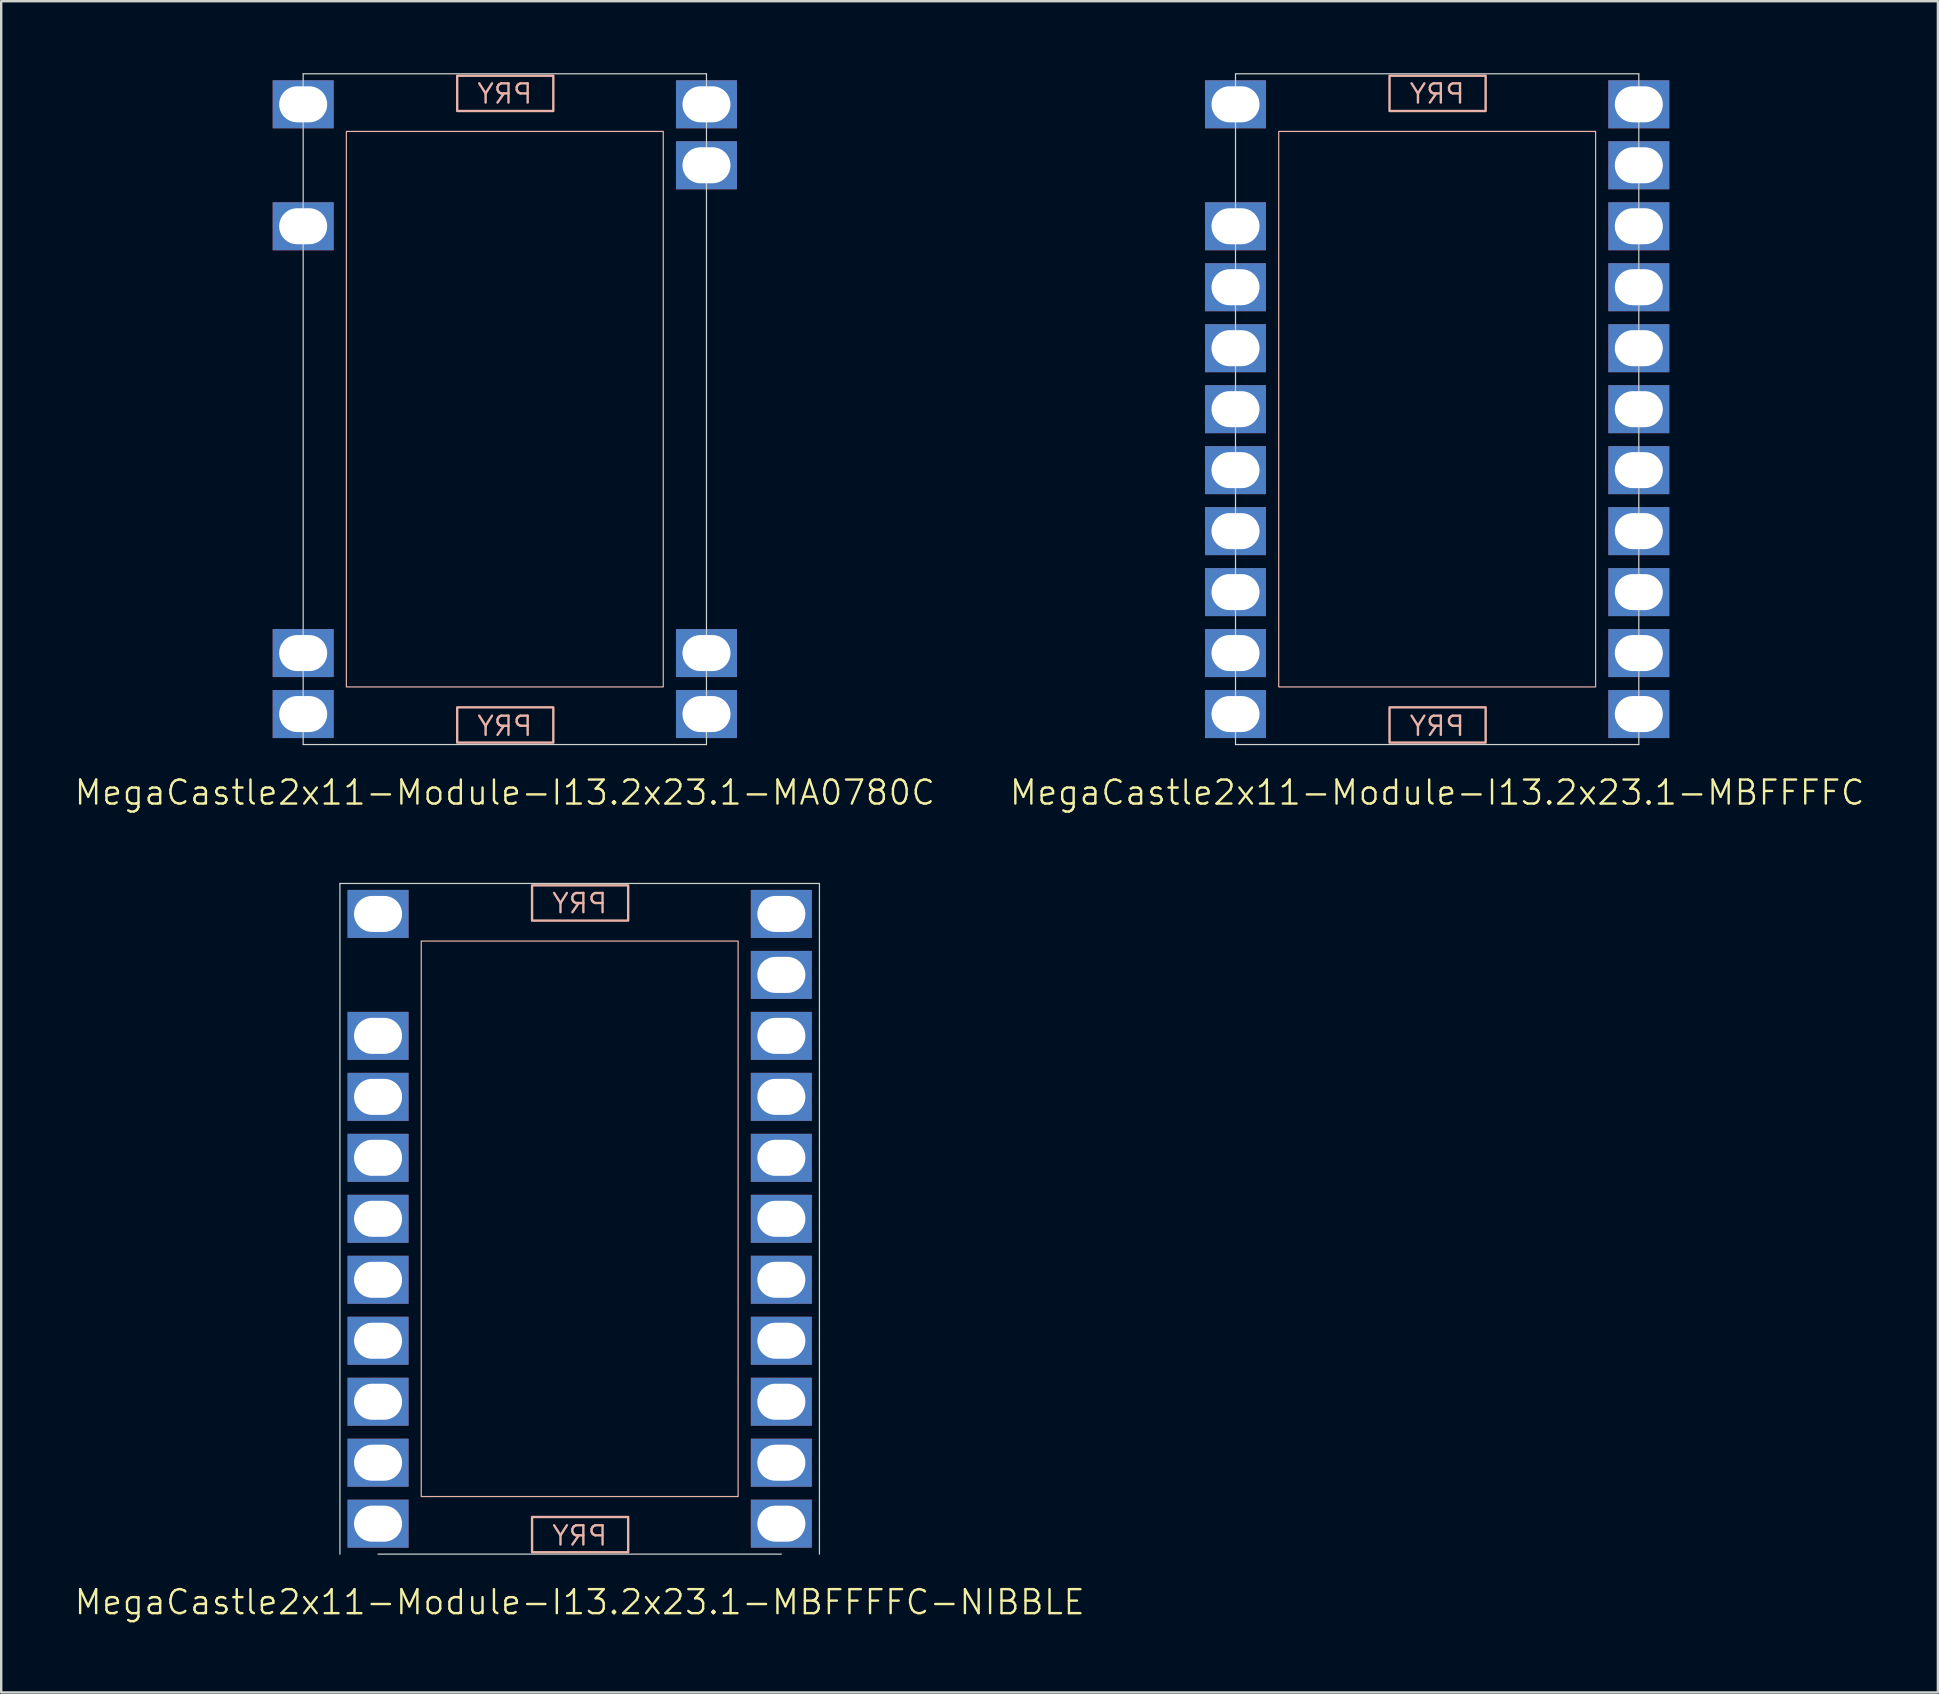
<source format=kicad_pcb>
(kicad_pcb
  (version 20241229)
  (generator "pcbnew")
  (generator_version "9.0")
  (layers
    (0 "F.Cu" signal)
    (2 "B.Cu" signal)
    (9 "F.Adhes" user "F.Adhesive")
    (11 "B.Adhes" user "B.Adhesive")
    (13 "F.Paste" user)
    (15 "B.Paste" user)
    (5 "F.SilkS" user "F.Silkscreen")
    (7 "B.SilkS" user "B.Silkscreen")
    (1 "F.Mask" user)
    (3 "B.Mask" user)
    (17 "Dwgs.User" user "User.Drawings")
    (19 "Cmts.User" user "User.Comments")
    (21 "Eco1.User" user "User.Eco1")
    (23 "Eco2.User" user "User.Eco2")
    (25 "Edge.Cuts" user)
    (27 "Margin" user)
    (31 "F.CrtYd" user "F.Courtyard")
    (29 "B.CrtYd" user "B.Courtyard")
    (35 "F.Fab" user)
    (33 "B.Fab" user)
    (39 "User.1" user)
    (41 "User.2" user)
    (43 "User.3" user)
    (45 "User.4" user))
  (footprint "MegaCastle2x11-Module-I13.2x23.1-MBFFFFC-NIBBLE"
    (layer "F.Cu")
    (at 21.098 47.721)
    (property "Reference" "MegaCastle2x11-Module-I13.2x23.1-MBFFFFC-NIBBLE" (at 0 15.97 0) (unlocked yes) (layer "F.SilkS") (effects (font (size 1 1) (thickness 0.1))))
    (attr smd)
    (fp_rect (start -6.6 11.57) (end 6.6 -11.57) (stroke (width 0.05) (type default)) (fill no) (layer "B.SilkS"))
    (fp_rect (start -1.984 -12.421) (end 2.02 -13.89) (stroke (width 0.1) (type default)) (fill no) (layer "B.SilkS"))
    (fp_rect (start -1.984 12.421) (end 2.02 13.89) (stroke (width 0.1) (type default)) (fill no) (layer "B.SilkS"))
    (fp_line (start -9.987 -13.97) (end -9.987 13.97) (stroke (width 0.05) (type default)) (layer "Edge.Cuts"))
    (fp_line (start -9.987 -13.97) (end 9.987 -13.97) (stroke (width 0.05) (type default)) (layer "Edge.Cuts"))
    (fp_line (start -8.4 13.97) (end 8.4 13.97) (stroke (width 0.05) (type default)) (layer "Edge.Cuts"))
    (fp_line (start 9.987 -13.97) (end 9.987 13.97) (stroke (width 0.05) (type default)) (layer "Edge.Cuts"))
    (fp_text user "PRY" (at 0 -12.67 0) (unlocked yes) (layer "B.SilkS") (effects (font (size 0.8 0.8) (thickness 0.1)) (justify bottom mirror)))
    (fp_text user "PRY" (at 0 13.67 0) (unlocked yes) (layer "B.SilkS") (effects (font (size 0.8 0.8) (thickness 0.1)) (justify bottom mirror)))
    (pad "1" thru_hole rect (at -8.4 -12.7) (size 2.54 2) (drill oval 2 1.5) (property pad_prop_castellated) (layers "*.Cu" "*.Mask"))
    (pad "3" thru_hole rect (at -8.4 -7.62) (size 2.54 2) (drill oval 2 1.5) (property pad_prop_castellated) (layers "*.Cu" "*.Mask"))
    (pad "4" thru_hole rect (at -8.4 -5.08) (size 2.54 2) (drill oval 2 1.5) (property pad_prop_castellated) (layers "*.Cu" "*.Mask"))
    (pad "5" thru_hole rect (at -8.4 -2.54) (size 2.54 2) (drill oval 2 1.5) (property pad_prop_castellated) (layers "*.Cu" "*.Mask"))
    (pad "6" thru_hole rect (at -8.4 0) (size 2.54 2) (drill oval 2 1.5) (property pad_prop_castellated) (layers "*.Cu" "*.Mask"))
    (pad "7" thru_hole rect (at -8.4 2.54) (size 2.54 2) (drill oval 2 1.5) (property pad_prop_castellated) (layers "*.Cu" "*.Mask"))
    (pad "8" thru_hole rect (at -8.4 5.08) (size 2.54 2) (drill oval 2 1.5) (property pad_prop_castellated) (layers "*.Cu" "*.Mask"))
    (pad "9" thru_hole rect (at -8.4 7.62) (size 2.54 2) (drill oval 2 1.5) (property pad_prop_castellated) (layers "*.Cu" "*.Mask"))
    (pad "10" thru_hole rect (at -8.4 10.16) (size 2.54 2) (drill oval 2 1.5) (property pad_prop_castellated) (layers "*.Cu" "*.Mask"))
    (pad "11" thru_hole rect (at -8.4 12.7) (size 2.54 2) (drill oval 2 1.5) (property pad_prop_castellated) (layers "*.Cu" "*.Mask"))
    (pad "12" thru_hole rect (at 8.4 -12.7) (size 2.54 2) (drill oval 2 1.5) (property pad_prop_castellated) (layers "*.Cu" "*.Mask"))
    (pad "13" thru_hole rect (at 8.4 -10.16) (size 2.54 2) (drill oval 2 1.5) (property pad_prop_castellated) (layers "*.Cu" "*.Mask"))
    (pad "14" thru_hole rect (at 8.4 -7.62) (size 2.54 2) (drill oval 2 1.5) (property pad_prop_castellated) (layers "*.Cu" "*.Mask"))
    (pad "15" thru_hole rect (at 8.4 -5.08) (size 2.54 2) (drill oval 2 1.5) (property pad_prop_castellated) (layers "*.Cu" "*.Mask"))
    (pad "16" thru_hole rect (at 8.4 -2.54) (size 2.54 2) (drill oval 2 1.5) (property pad_prop_castellated) (layers "*.Cu" "*.Mask"))
    (pad "17" thru_hole rect (at 8.4 0) (size 2.54 2) (drill oval 2 1.5) (property pad_prop_castellated) (layers "*.Cu" "*.Mask"))
    (pad "18" thru_hole rect (at 8.4 2.54) (size 2.54 2) (drill oval 2 1.5) (property pad_prop_castellated) (layers "*.Cu" "*.Mask"))
    (pad "19" thru_hole rect (at 8.4 5.08) (size 2.54 2) (drill oval 2 1.5) (property pad_prop_castellated) (layers "*.Cu" "*.Mask"))
    (pad "20" thru_hole rect (at 8.4 7.62) (size 2.54 2) (drill oval 2 1.5) (property pad_prop_castellated) (layers "*.Cu" "*.Mask"))
    (pad "21" thru_hole rect (at 8.4 10.16) (size 2.54 2) (drill oval 2 1.5) (property pad_prop_castellated) (layers "*.Cu" "*.Mask"))
    (pad "22" thru_hole rect (at 8.4 12.7) (size 2.54 2) (drill oval 2 1.5) (property pad_prop_castellated) (layers "*.Cu" "*.Mask"))
    (zone (net_name "") (layer "B.Cu") (hatch edge 0.5) (connect_pads) (min_thickness 0.25) (filled_areas_thickness no) (keepout (tracks allowed) (vias allowed) (pads allowed) (copperpour allowed) (footprints not_allowed)) (placement (enabled no)) (fill) (polygon (pts (xy 12.698 61.691) (xy 12.698 33.751) (xy 14.498 33.751) (xy 14.498 61.691))))
    (zone (net_name "") (layer "B.Cu") (hatch edge 0.5) (connect_pads) (min_thickness 0.25) (filled_areas_thickness no) (keepout (tracks allowed) (vias allowed) (pads allowed) (copperpour allowed) (footprints not_allowed)) (placement (enabled no)) (fill) (polygon (pts (xy 14.498 33.751) (xy 14.498 36.151) (xy 27.698 36.151) (xy 27.698 33.751))))
    (zone (net_name "") (layer "B.Cu") (hatch edge 0.5) (connect_pads) (min_thickness 0.25) (filled_areas_thickness no) (keepout (tracks allowed) (vias allowed) (pads allowed) (copperpour allowed) (footprints not_allowed)) (placement (enabled no)) (fill) (polygon (pts (xy 14.498 61.691) (xy 14.498 59.291) (xy 27.698 59.291) (xy 27.698 61.691))))
    (zone (net_name "") (layer "B.Cu") (name "Upper Pry Zone") (hatch edge 0.5) (connect_pads) (min_thickness 0.25) (filled_areas_thickness no) (keepout (tracks not_allowed) (vias not_allowed) (pads not_allowed) (copperpour allowed) (footprints not_allowed)) (placement (enabled no)) (fill) (polygon (pts (xy 19.113 35.299) (xy 19.113 33.831) (xy 23.117 33.831) (xy 23.117 35.299))))
    (zone (net_name "") (layer "B.Cu") (name "Upper Pry Zone") (hatch edge 0.5) (connect_pads) (min_thickness 0.25) (filled_areas_thickness no) (keepout (tracks not_allowed) (vias not_allowed) (pads not_allowed) (copperpour allowed) (footprints not_allowed)) (placement (enabled no)) (fill) (polygon (pts (xy 19.113 60.142) (xy 19.113 61.611) (xy 23.117 61.611) (xy 23.117 60.142))))
    (zone (net_name "") (layer "B.Cu") (hatch edge 0.5) (connect_pads) (min_thickness 0.25) (filled_areas_thickness no) (keepout (tracks allowed) (vias allowed) (pads allowed) (copperpour allowed) (footprints not_allowed)) (placement (enabled no)) (fill) (polygon (pts (xy 29.498 61.691) (xy 29.498 33.751) (xy 27.698 33.751) (xy 27.698 61.691)))))
  (footprint "MegaCastle2x11-Module-I13.2x23.1-MBFFFFC"
    (layer "F.Cu")
    (at 56.817 13.995)
    (property "Reference" "MegaCastle2x11-Module-I13.2x23.1-MBFFFFC" (at 0 15.97 0) (unlocked yes) (layer "F.SilkS") (effects (font (size 1 1) (thickness 0.1))))
    (attr smd)
    (fp_rect (start -6.6 11.57) (end 6.6 -11.57) (stroke (width 0.05) (type default)) (fill no) (layer "B.SilkS"))
    (fp_rect (start -1.984 -12.421) (end 2.02 -13.89) (stroke (width 0.1) (type default)) (fill no) (layer "B.SilkS"))
    (fp_rect (start -1.984 12.421) (end 2.02 13.89) (stroke (width 0.1) (type default)) (fill no) (layer "B.SilkS"))
    (fp_line (start -8.4 -13.97) (end -8.4 13.97) (stroke (width 0.05) (type default)) (layer "Edge.Cuts"))
    (fp_line (start -8.4 -13.97) (end 8.4 -13.97) (stroke (width 0.05) (type default)) (layer "Edge.Cuts"))
    (fp_line (start -8.4 13.97) (end 8.4 13.97) (stroke (width 0.05) (type default)) (layer "Edge.Cuts"))
    (fp_line (start 8.4 -13.97) (end 8.4 13.97) (stroke (width 0.05) (type default)) (layer "Edge.Cuts"))
    (fp_text user "PRY" (at 0 -12.67 0) (unlocked yes) (layer "B.SilkS") (effects (font (size 0.8 0.8) (thickness 0.1)) (justify bottom mirror)))
    (fp_text user "PRY" (at 0 13.67 0) (unlocked yes) (layer "B.SilkS") (effects (font (size 0.8 0.8) (thickness 0.1)) (justify bottom mirror)))
    (pad "1" thru_hole rect (at -8.4 -12.7) (size 2.54 2) (drill oval 2 1.5) (property pad_prop_castellated) (layers "*.Cu" "*.Mask"))
    (pad "3" thru_hole rect (at -8.4 -7.62) (size 2.54 2) (drill oval 2 1.5) (property pad_prop_castellated) (layers "*.Cu" "*.Mask"))
    (pad "4" thru_hole rect (at -8.4 -5.08) (size 2.54 2) (drill oval 2 1.5) (property pad_prop_castellated) (layers "*.Cu" "*.Mask"))
    (pad "5" thru_hole rect (at -8.4 -2.54) (size 2.54 2) (drill oval 2 1.5) (property pad_prop_castellated) (layers "*.Cu" "*.Mask"))
    (pad "6" thru_hole rect (at -8.4 0) (size 2.54 2) (drill oval 2 1.5) (property pad_prop_castellated) (layers "*.Cu" "*.Mask"))
    (pad "7" thru_hole rect (at -8.4 2.54) (size 2.54 2) (drill oval 2 1.5) (property pad_prop_castellated) (layers "*.Cu" "*.Mask"))
    (pad "8" thru_hole rect (at -8.4 5.08) (size 2.54 2) (drill oval 2 1.5) (property pad_prop_castellated) (layers "*.Cu" "*.Mask"))
    (pad "9" thru_hole rect (at -8.4 7.62) (size 2.54 2) (drill oval 2 1.5) (property pad_prop_castellated) (layers "*.Cu" "*.Mask"))
    (pad "10" thru_hole rect (at -8.4 10.16) (size 2.54 2) (drill oval 2 1.5) (property pad_prop_castellated) (layers "*.Cu" "*.Mask"))
    (pad "11" thru_hole rect (at -8.4 12.7) (size 2.54 2) (drill oval 2 1.5) (property pad_prop_castellated) (layers "*.Cu" "*.Mask"))
    (pad "12" thru_hole rect (at 8.4 -12.7) (size 2.54 2) (drill oval 2 1.5) (property pad_prop_castellated) (layers "*.Cu" "*.Mask"))
    (pad "13" thru_hole rect (at 8.4 -10.16) (size 2.54 2) (drill oval 2 1.5) (property pad_prop_castellated) (layers "*.Cu" "*.Mask"))
    (pad "14" thru_hole rect (at 8.4 -7.62) (size 2.54 2) (drill oval 2 1.5) (property pad_prop_castellated) (layers "*.Cu" "*.Mask"))
    (pad "15" thru_hole rect (at 8.4 -5.08) (size 2.54 2) (drill oval 2 1.5) (property pad_prop_castellated) (layers "*.Cu" "*.Mask"))
    (pad "16" thru_hole rect (at 8.4 -2.54) (size 2.54 2) (drill oval 2 1.5) (property pad_prop_castellated) (layers "*.Cu" "*.Mask"))
    (pad "17" thru_hole rect (at 8.4 0) (size 2.54 2) (drill oval 2 1.5) (property pad_prop_castellated) (layers "*.Cu" "*.Mask"))
    (pad "18" thru_hole rect (at 8.4 2.54) (size 2.54 2) (drill oval 2 1.5) (property pad_prop_castellated) (layers "*.Cu" "*.Mask"))
    (pad "19" thru_hole rect (at 8.4 5.08) (size 2.54 2) (drill oval 2 1.5) (property pad_prop_castellated) (layers "*.Cu" "*.Mask"))
    (pad "20" thru_hole rect (at 8.4 7.62) (size 2.54 2) (drill oval 2 1.5) (property pad_prop_castellated) (layers "*.Cu" "*.Mask"))
    (pad "21" thru_hole rect (at 8.4 10.16) (size 2.54 2) (drill oval 2 1.5) (property pad_prop_castellated) (layers "*.Cu" "*.Mask"))
    (pad "22" thru_hole rect (at 8.4 12.7) (size 2.54 2) (drill oval 2 1.5) (property pad_prop_castellated) (layers "*.Cu" "*.Mask"))
    (zone (net_name "") (layer "B.Cu") (hatch edge 0.5) (connect_pads) (min_thickness 0.25) (filled_areas_thickness no) (keepout (tracks allowed) (vias allowed) (pads allowed) (copperpour allowed) (footprints not_allowed)) (placement (enabled no)) (fill) (polygon (pts (xy 48.417 27.965) (xy 48.417 0.025) (xy 50.217 0.025) (xy 50.217 27.965))))
    (zone (net_name "") (layer "B.Cu") (hatch edge 0.5) (connect_pads) (min_thickness 0.25) (filled_areas_thickness no) (keepout (tracks allowed) (vias allowed) (pads allowed) (copperpour allowed) (footprints not_allowed)) (placement (enabled no)) (fill) (polygon (pts (xy 50.217 0.025) (xy 50.217 2.425) (xy 63.417 2.425) (xy 63.417 0.025))))
    (zone (net_name "") (layer "B.Cu") (hatch edge 0.5) (connect_pads) (min_thickness 0.25) (filled_areas_thickness no) (keepout (tracks allowed) (vias allowed) (pads allowed) (copperpour allowed) (footprints not_allowed)) (placement (enabled no)) (fill) (polygon (pts (xy 50.217 27.965) (xy 50.217 25.565) (xy 63.417 25.565) (xy 63.417 27.965))))
    (zone (net_name "") (layer "B.Cu") (name "Upper Pry Zone") (hatch edge 0.5) (connect_pads) (min_thickness 0.25) (filled_areas_thickness no) (keepout (tracks not_allowed) (vias not_allowed) (pads not_allowed) (copperpour allowed) (footprints not_allowed)) (placement (enabled no)) (fill) (polygon (pts (xy 54.832 1.574) (xy 54.832 0.105) (xy 58.836 0.105) (xy 58.836 1.574))))
    (zone (net_name "") (layer "B.Cu") (name "Upper Pry Zone") (hatch edge 0.5) (connect_pads) (min_thickness 0.25) (filled_areas_thickness no) (keepout (tracks not_allowed) (vias not_allowed) (pads not_allowed) (copperpour allowed) (footprints not_allowed)) (placement (enabled no)) (fill) (polygon (pts (xy 54.832 26.416) (xy 54.832 27.885) (xy 58.836 27.885) (xy 58.836 26.416))))
    (zone (net_name "") (layer "B.Cu") (hatch edge 0.5) (connect_pads) (min_thickness 0.25) (filled_areas_thickness no) (keepout (tracks allowed) (vias allowed) (pads allowed) (copperpour allowed) (footprints not_allowed)) (placement (enabled no)) (fill) (polygon (pts (xy 65.217 27.965) (xy 65.217 0.025) (xy 63.417 0.025) (xy 63.417 27.965)))))
  (footprint "MegaCastle2x11-Module-I13.2x23.1-MA0780C"
    (layer "F.Cu")
    (at 17.979 13.995)
    (property "Reference" "MegaCastle2x11-Module-I13.2x23.1-MA0780C" (at 0 15.97 0) (unlocked yes) (layer "F.SilkS") (effects (font (size 1 1) (thickness 0.1))))
    (attr smd)
    (fp_rect (start -6.6 11.57) (end 6.6 -11.57) (stroke (width 0.05) (type default)) (fill no) (layer "B.SilkS"))
    (fp_rect (start -1.984 -12.421) (end 2.02 -13.89) (stroke (width 0.1) (type default)) (fill no) (layer "B.SilkS"))
    (fp_rect (start -1.984 12.421) (end 2.02 13.89) (stroke (width 0.1) (type default)) (fill no) (layer "B.SilkS"))
    (fp_line (start -8.4 -13.97) (end -8.4 13.97) (stroke (width 0.05) (type default)) (layer "Edge.Cuts"))
    (fp_line (start -8.4 -13.97) (end 8.4 -13.97) (stroke (width 0.05) (type default)) (layer "Edge.Cuts"))
    (fp_line (start -8.4 13.97) (end 8.4 13.97) (stroke (width 0.05) (type default)) (layer "Edge.Cuts"))
    (fp_line (start 8.4 -13.97) (end 8.4 13.97) (stroke (width 0.05) (type default)) (layer "Edge.Cuts"))
    (fp_text user "PRY" (at 0 13.67 0) (unlocked yes) (layer "B.SilkS") (effects (font (size 0.8 0.8) (thickness 0.1)) (justify bottom mirror)))
    (fp_text user "PRY" (at 0 -12.67 0) (unlocked yes) (layer "B.SilkS") (effects (font (size 0.8 0.8) (thickness 0.1)) (justify bottom mirror)))
    (pad "1" thru_hole rect (at -8.4 -12.7) (size 2.54 2) (drill oval 2 1.5) (property pad_prop_castellated) (layers "*.Cu" "*.Mask"))
    (pad "3" thru_hole rect (at -8.4 -7.62) (size 2.54 2) (drill oval 2 1.5) (property pad_prop_castellated) (layers "*.Cu" "*.Mask"))
    (pad "10" thru_hole rect (at -8.4 10.16) (size 2.54 2) (drill oval 2 1.5) (property pad_prop_castellated) (layers "*.Cu" "*.Mask"))
    (pad "11" thru_hole rect (at -8.4 12.7) (size 2.54 2) (drill oval 2 1.5) (property pad_prop_castellated) (layers "*.Cu" "*.Mask"))
    (pad "12" thru_hole rect (at 8.4 -12.7) (size 2.54 2) (drill oval 2 1.5) (property pad_prop_castellated) (layers "*.Cu" "*.Mask"))
    (pad "13" thru_hole rect (at 8.4 -10.16) (size 2.54 2) (drill oval 2 1.5) (property pad_prop_castellated) (layers "*.Cu" "*.Mask"))
    (pad "21" thru_hole rect (at 8.4 10.16) (size 2.54 2) (drill oval 2 1.5) (property pad_prop_castellated) (layers "*.Cu" "*.Mask"))
    (pad "22" thru_hole rect (at 8.4 12.7) (size 2.54 2) (drill oval 2 1.5) (property pad_prop_castellated) (layers "*.Cu" "*.Mask"))
    (zone (net_name "") (layer "B.Cu") (hatch edge 0.5) (connect_pads) (min_thickness 0.25) (filled_areas_thickness no) (keepout (tracks allowed) (vias allowed) (pads allowed) (copperpour allowed) (footprints not_allowed)) (placement (enabled no)) (fill) (polygon (pts (xy 9.579 27.965) (xy 9.579 0.025) (xy 11.379 0.025) (xy 11.379 27.965))))
    (zone (net_name "") (layer "B.Cu") (hatch edge 0.5) (connect_pads) (min_thickness 0.25) (filled_areas_thickness no) (keepout (tracks allowed) (vias allowed) (pads allowed) (copperpour allowed) (footprints not_allowed)) (placement (enabled no)) (fill) (polygon (pts (xy 11.379 0.025) (xy 11.379 2.425) (xy 24.579 2.425) (xy 24.579 0.025))))
    (zone (net_name "") (layer "B.Cu") (hatch edge 0.5) (connect_pads) (min_thickness 0.25) (filled_areas_thickness no) (keepout (tracks allowed) (vias allowed) (pads allowed) (copperpour allowed) (footprints not_allowed)) (placement (enabled no)) (fill) (polygon (pts (xy 11.379 27.965) (xy 11.379 25.565) (xy 24.579 25.565) (xy 24.579 27.965))))
    (zone (net_name "") (layer "B.Cu") (name "Upper Pry Zone") (hatch edge 0.5) (connect_pads) (min_thickness 0.25) (filled_areas_thickness no) (keepout (tracks not_allowed) (vias not_allowed) (pads not_allowed) (copperpour allowed) (footprints not_allowed)) (placement (enabled no)) (fill) (polygon (pts (xy 15.994 1.574) (xy 15.994 0.105) (xy 19.998 0.105) (xy 19.998 1.574))))
    (zone (net_name "") (layer "B.Cu") (name "Upper Pry Zone") (hatch edge 0.5) (connect_pads) (min_thickness 0.25) (filled_areas_thickness no) (keepout (tracks not_allowed) (vias not_allowed) (pads not_allowed) (copperpour allowed) (footprints not_allowed)) (placement (enabled no)) (fill) (polygon (pts (xy 15.994 26.416) (xy 15.994 27.885) (xy 19.998 27.885) (xy 19.998 26.416))))
    (zone (net_name "") (layer "B.Cu") (hatch edge 0.5) (connect_pads) (min_thickness 0.25) (filled_areas_thickness no) (keepout (tracks allowed) (vias allowed) (pads allowed) (copperpour allowed) (footprints not_allowed)) (placement (enabled no)) (fill) (polygon (pts (xy 26.379 27.965) (xy 26.379 0.025) (xy 24.579 0.025) (xy 24.579 27.965)))))
  (gr_rect
    (start -3 -3)
    (end 77.676 67.451)
    (stroke (width 0.1) (type default))
    (fill no)
    (layer "Edge.Cuts")))
</source>
